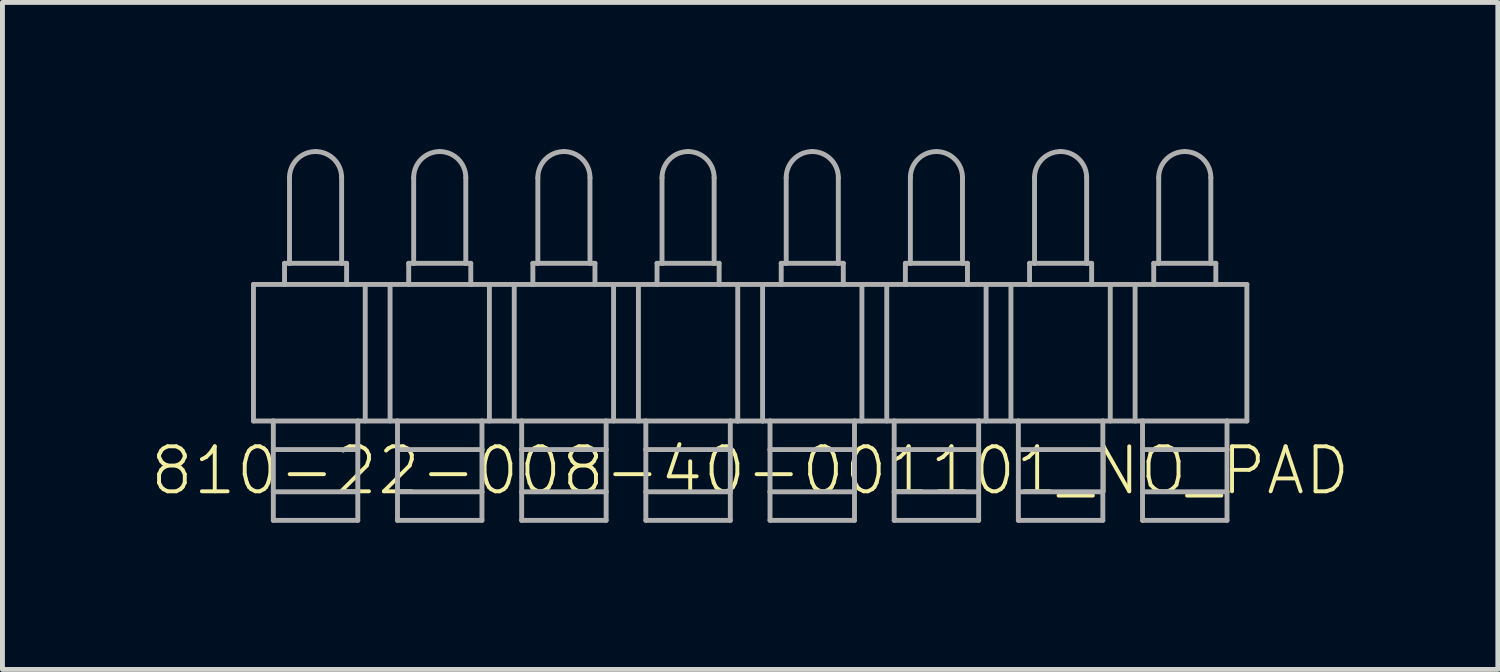
<source format=kicad_pcb>
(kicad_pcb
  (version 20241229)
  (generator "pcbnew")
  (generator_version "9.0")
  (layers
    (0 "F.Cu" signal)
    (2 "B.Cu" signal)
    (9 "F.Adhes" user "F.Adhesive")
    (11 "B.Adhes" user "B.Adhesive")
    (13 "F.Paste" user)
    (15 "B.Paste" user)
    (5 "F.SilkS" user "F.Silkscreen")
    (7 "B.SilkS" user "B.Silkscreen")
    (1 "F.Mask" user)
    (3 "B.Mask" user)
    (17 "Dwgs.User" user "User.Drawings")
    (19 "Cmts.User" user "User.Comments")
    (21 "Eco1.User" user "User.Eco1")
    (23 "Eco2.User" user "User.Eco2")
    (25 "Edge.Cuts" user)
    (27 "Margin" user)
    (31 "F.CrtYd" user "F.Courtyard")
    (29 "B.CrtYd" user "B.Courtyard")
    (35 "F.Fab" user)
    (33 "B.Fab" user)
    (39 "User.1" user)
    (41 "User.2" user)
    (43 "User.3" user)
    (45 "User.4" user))
  (footprint "810-22-008-40-001101_NO_PAD"
    (layer "F.Cu")
    (at 12.295 6.578)
    (property "Reference" "810-22-008-40-001101_NO_PAD" (at 0 0 0) (unlocked yes) (layer "F.SilkS") (effects (font (size 0.92 0.92) (thickness 0.08))))
    (fp_line (start -10.16 -3.81) (end -9.525 -3.81) (stroke (width 0.1) (type solid)) (layer "F.Fab"))
    (fp_line (start -10.16 -1.016) (end -10.16 -3.81) (stroke (width 0.1) (type solid)) (layer "F.Fab"))
    (fp_line (start -9.754 -1.016) (end -10.16 -1.016) (stroke (width 0.1) (type solid)) (layer "F.Fab"))
    (fp_line (start -9.754 -1.016) (end -8.026 -1.016) (stroke (width 0.1) (type solid)) (layer "F.Fab"))
    (fp_line (start -9.754 -0.432) (end -9.754 -1.016) (stroke (width 0.1) (type solid)) (layer "F.Fab"))
    (fp_line (start -9.754 -0.432) (end -8.026 -0.432) (stroke (width 0.1) (type solid)) (layer "F.Fab"))
    (fp_line (start -9.754 0.432) (end -9.754 -0.432) (stroke (width 0.1) (type solid)) (layer "F.Fab"))
    (fp_line (start -9.754 0.432) (end -8.026 0.432) (stroke (width 0.1) (type solid)) (layer "F.Fab"))
    (fp_line (start -9.754 1.016) (end -9.754 0.432) (stroke (width 0.1) (type solid)) (layer "F.Fab"))
    (fp_line (start -9.754 1.016) (end -8.026 1.016) (stroke (width 0.1) (type solid)) (layer "F.Fab"))
    (fp_line (start -9.525 -4.242) (end -9.525 -3.81) (stroke (width 0.1) (type solid)) (layer "F.Fab"))
    (fp_line (start -9.525 -4.242) (end -9.423 -4.242) (stroke (width 0.1) (type solid)) (layer "F.Fab"))
    (fp_line (start -9.525 -3.81) (end -8.255 -3.81) (stroke (width 0.1) (type solid)) (layer "F.Fab"))
    (fp_line (start -9.423 -5.994) (end -9.423 -4.242) (stroke (width 0.1) (type solid)) (layer "F.Fab"))
    (fp_line (start -9.423 -4.242) (end -8.357 -4.242) (stroke (width 0.1) (type solid)) (layer "F.Fab"))
    (fp_line (start -8.357 -5.994) (end -8.357 -4.242) (stroke (width 0.1) (type solid)) (layer "F.Fab"))
    (fp_line (start -8.357 -4.242) (end -8.255 -4.242) (stroke (width 0.1) (type solid)) (layer "F.Fab"))
    (fp_line (start -8.255 -4.242) (end -8.255 -3.81) (stroke (width 0.1) (type solid)) (layer "F.Fab"))
    (fp_line (start -8.255 -3.81) (end -6.985 -3.81) (stroke (width 0.1) (type solid)) (layer "F.Fab"))
    (fp_line (start -8.026 -1.016) (end -7.214 -1.016) (stroke (width 0.1) (type solid)) (layer "F.Fab"))
    (fp_line (start -8.026 -0.432) (end -8.026 -1.016) (stroke (width 0.1) (type solid)) (layer "F.Fab"))
    (fp_line (start -8.026 0.432) (end -8.026 -0.432) (stroke (width 0.1) (type solid)) (layer "F.Fab"))
    (fp_line (start -8.026 1.016) (end -8.026 0.432) (stroke (width 0.1) (type solid)) (layer "F.Fab"))
    (fp_line (start -7.874 -1.016) (end -7.874 -3.81) (stroke (width 0.1) (type solid)) (layer "F.Fab"))
    (fp_line (start -7.366 -1.016) (end -7.366 -3.81) (stroke (width 0.1) (type solid)) (layer "F.Fab"))
    (fp_line (start -7.214 -1.016) (end -5.486 -1.016) (stroke (width 0.1) (type solid)) (layer "F.Fab"))
    (fp_line (start -7.214 -0.432) (end -7.214 -1.016) (stroke (width 0.1) (type solid)) (layer "F.Fab"))
    (fp_line (start -7.214 -0.432) (end -5.486 -0.432) (stroke (width 0.1) (type solid)) (layer "F.Fab"))
    (fp_line (start -7.214 0.432) (end -7.214 -0.432) (stroke (width 0.1) (type solid)) (layer "F.Fab"))
    (fp_line (start -7.214 0.432) (end -5.486 0.432) (stroke (width 0.1) (type solid)) (layer "F.Fab"))
    (fp_line (start -7.214 1.016) (end -7.214 0.432) (stroke (width 0.1) (type solid)) (layer "F.Fab"))
    (fp_line (start -7.214 1.016) (end -5.486 1.016) (stroke (width 0.1) (type solid)) (layer "F.Fab"))
    (fp_line (start -6.985 -4.242) (end -6.985 -3.81) (stroke (width 0.1) (type solid)) (layer "F.Fab"))
    (fp_line (start -6.985 -4.242) (end -6.883 -4.242) (stroke (width 0.1) (type solid)) (layer "F.Fab"))
    (fp_line (start -6.985 -3.81) (end -5.715 -3.81) (stroke (width 0.1) (type solid)) (layer "F.Fab"))
    (fp_line (start -6.883 -5.994) (end -6.883 -4.242) (stroke (width 0.1) (type solid)) (layer "F.Fab"))
    (fp_line (start -6.883 -4.242) (end -5.817 -4.242) (stroke (width 0.1) (type solid)) (layer "F.Fab"))
    (fp_line (start -5.817 -5.994) (end -5.817 -4.242) (stroke (width 0.1) (type solid)) (layer "F.Fab"))
    (fp_line (start -5.817 -4.242) (end -5.715 -4.242) (stroke (width 0.1) (type solid)) (layer "F.Fab"))
    (fp_line (start -5.715 -4.242) (end -5.715 -3.81) (stroke (width 0.1) (type solid)) (layer "F.Fab"))
    (fp_line (start -5.715 -3.81) (end -4.445 -3.81) (stroke (width 0.1) (type solid)) (layer "F.Fab"))
    (fp_line (start -5.486 -1.016) (end -4.674 -1.016) (stroke (width 0.1) (type solid)) (layer "F.Fab"))
    (fp_line (start -5.486 -0.432) (end -5.486 -1.016) (stroke (width 0.1) (type solid)) (layer "F.Fab"))
    (fp_line (start -5.486 0.432) (end -5.486 -0.432) (stroke (width 0.1) (type solid)) (layer "F.Fab"))
    (fp_line (start -5.486 1.016) (end -5.486 0.432) (stroke (width 0.1) (type solid)) (layer "F.Fab"))
    (fp_line (start -5.334 -1.016) (end -5.334 -3.81) (stroke (width 0.1) (type solid)) (layer "F.Fab"))
    (fp_line (start -4.826 -1.016) (end -4.826 -3.81) (stroke (width 0.1) (type solid)) (layer "F.Fab"))
    (fp_line (start -4.674 -1.016) (end -2.946 -1.016) (stroke (width 0.1) (type solid)) (layer "F.Fab"))
    (fp_line (start -4.674 -0.432) (end -4.674 -1.016) (stroke (width 0.1) (type solid)) (layer "F.Fab"))
    (fp_line (start -4.674 -0.432) (end -2.946 -0.432) (stroke (width 0.1) (type solid)) (layer "F.Fab"))
    (fp_line (start -4.674 0.432) (end -4.674 -0.432) (stroke (width 0.1) (type solid)) (layer "F.Fab"))
    (fp_line (start -4.674 0.432) (end -2.946 0.432) (stroke (width 0.1) (type solid)) (layer "F.Fab"))
    (fp_line (start -4.674 1.016) (end -4.674 0.432) (stroke (width 0.1) (type solid)) (layer "F.Fab"))
    (fp_line (start -4.674 1.016) (end -2.946 1.016) (stroke (width 0.1) (type solid)) (layer "F.Fab"))
    (fp_line (start -4.445 -4.242) (end -4.445 -3.81) (stroke (width 0.1) (type solid)) (layer "F.Fab"))
    (fp_line (start -4.445 -4.242) (end -4.343 -4.242) (stroke (width 0.1) (type solid)) (layer "F.Fab"))
    (fp_line (start -4.445 -3.81) (end -3.175 -3.81) (stroke (width 0.1) (type solid)) (layer "F.Fab"))
    (fp_line (start -4.343 -5.994) (end -4.343 -4.242) (stroke (width 0.1) (type solid)) (layer "F.Fab"))
    (fp_line (start -4.343 -4.242) (end -3.277 -4.242) (stroke (width 0.1) (type solid)) (layer "F.Fab"))
    (fp_line (start -3.277 -5.994) (end -3.277 -4.242) (stroke (width 0.1) (type solid)) (layer "F.Fab"))
    (fp_line (start -3.277 -4.242) (end -3.175 -4.242) (stroke (width 0.1) (type solid)) (layer "F.Fab"))
    (fp_line (start -3.175 -4.242) (end -3.175 -3.81) (stroke (width 0.1) (type solid)) (layer "F.Fab"))
    (fp_line (start -3.175 -3.81) (end -1.905 -3.81) (stroke (width 0.1) (type solid)) (layer "F.Fab"))
    (fp_line (start -2.946 -1.016) (end -2.134 -1.016) (stroke (width 0.1) (type solid)) (layer "F.Fab"))
    (fp_line (start -2.946 -0.432) (end -2.946 -1.016) (stroke (width 0.1) (type solid)) (layer "F.Fab"))
    (fp_line (start -2.946 0.432) (end -2.946 -0.432) (stroke (width 0.1) (type solid)) (layer "F.Fab"))
    (fp_line (start -2.946 1.016) (end -2.946 0.432) (stroke (width 0.1) (type solid)) (layer "F.Fab"))
    (fp_line (start -2.794 -1.016) (end -2.794 -3.81) (stroke (width 0.1) (type solid)) (layer "F.Fab"))
    (fp_line (start -2.286 -1.016) (end -2.286 -3.81) (stroke (width 0.1) (type solid)) (layer "F.Fab"))
    (fp_line (start -2.134 -1.016) (end -0.406 -1.016) (stroke (width 0.1) (type solid)) (layer "F.Fab"))
    (fp_line (start -2.134 -0.432) (end -2.134 -1.016) (stroke (width 0.1) (type solid)) (layer "F.Fab"))
    (fp_line (start -2.134 -0.432) (end -0.406 -0.432) (stroke (width 0.1) (type solid)) (layer "F.Fab"))
    (fp_line (start -2.134 0.432) (end -2.134 -0.432) (stroke (width 0.1) (type solid)) (layer "F.Fab"))
    (fp_line (start -2.134 0.432) (end -0.406 0.432) (stroke (width 0.1) (type solid)) (layer "F.Fab"))
    (fp_line (start -2.134 1.016) (end -2.134 0.432) (stroke (width 0.1) (type solid)) (layer "F.Fab"))
    (fp_line (start -2.134 1.016) (end -0.406 1.016) (stroke (width 0.1) (type solid)) (layer "F.Fab"))
    (fp_line (start -1.905 -4.242) (end -1.905 -3.81) (stroke (width 0.1) (type solid)) (layer "F.Fab"))
    (fp_line (start -1.905 -4.242) (end -1.803 -4.242) (stroke (width 0.1) (type solid)) (layer "F.Fab"))
    (fp_line (start -1.905 -3.81) (end -0.635 -3.81) (stroke (width 0.1) (type solid)) (layer "F.Fab"))
    (fp_line (start -1.803 -5.994) (end -1.803 -4.242) (stroke (width 0.1) (type solid)) (layer "F.Fab"))
    (fp_line (start -1.803 -4.242) (end -0.737 -4.242) (stroke (width 0.1) (type solid)) (layer "F.Fab"))
    (fp_line (start -0.737 -5.994) (end -0.737 -4.242) (stroke (width 0.1) (type solid)) (layer "F.Fab"))
    (fp_line (start -0.737 -4.242) (end -0.635 -4.242) (stroke (width 0.1) (type solid)) (layer "F.Fab"))
    (fp_line (start -0.635 -4.242) (end -0.635 -3.81) (stroke (width 0.1) (type solid)) (layer "F.Fab"))
    (fp_line (start -0.635 -3.81) (end -0.254 -3.81) (stroke (width 0.1) (type solid)) (layer "F.Fab"))
    (fp_line (start -0.406 -1.016) (end -0.254 -1.016) (stroke (width 0.1) (type solid)) (layer "F.Fab"))
    (fp_line (start -0.406 -0.432) (end -0.406 -1.016) (stroke (width 0.1) (type solid)) (layer "F.Fab"))
    (fp_line (start -0.406 0.432) (end -0.406 -0.432) (stroke (width 0.1) (type solid)) (layer "F.Fab"))
    (fp_line (start -0.406 1.016) (end -0.406 0.432) (stroke (width 0.1) (type solid)) (layer "F.Fab"))
    (fp_line (start -0.254 -3.81) (end 0.254 -3.81) (stroke (width 0.1) (type solid)) (layer "F.Fab"))
    (fp_line (start -0.254 -1.016) (end -0.254 -3.81) (stroke (width 0.1) (type solid)) (layer "F.Fab"))
    (fp_line (start -0.254 -1.016) (end 0.254 -1.016) (stroke (width 0.1) (type solid)) (layer "F.Fab"))
    (fp_line (start 0.254 -3.81) (end 0.635 -3.81) (stroke (width 0.1) (type solid)) (layer "F.Fab"))
    (fp_line (start 0.254 -1.016) (end 0.254 -3.81) (stroke (width 0.1) (type solid)) (layer "F.Fab"))
    (fp_line (start 0.406 -1.016) (end 0.254 -1.016) (stroke (width 0.1) (type solid)) (layer "F.Fab"))
    (fp_line (start 0.406 -1.016) (end 2.134 -1.016) (stroke (width 0.1) (type solid)) (layer "F.Fab"))
    (fp_line (start 0.406 -0.432) (end 0.406 -1.016) (stroke (width 0.1) (type solid)) (layer "F.Fab"))
    (fp_line (start 0.406 -0.432) (end 2.134 -0.432) (stroke (width 0.1) (type solid)) (layer "F.Fab"))
    (fp_line (start 0.406 0.432) (end 0.406 -0.432) (stroke (width 0.1) (type solid)) (layer "F.Fab"))
    (fp_line (start 0.406 0.432) (end 2.134 0.432) (stroke (width 0.1) (type solid)) (layer "F.Fab"))
    (fp_line (start 0.406 1.016) (end 0.406 0.432) (stroke (width 0.1) (type solid)) (layer "F.Fab"))
    (fp_line (start 0.406 1.016) (end 2.134 1.016) (stroke (width 0.1) (type solid)) (layer "F.Fab"))
    (fp_line (start 0.635 -4.242) (end 0.635 -3.81) (stroke (width 0.1) (type solid)) (layer "F.Fab"))
    (fp_line (start 0.635 -4.242) (end 0.737 -4.242) (stroke (width 0.1) (type solid)) (layer "F.Fab"))
    (fp_line (start 0.635 -3.81) (end 1.905 -3.81) (stroke (width 0.1) (type solid)) (layer "F.Fab"))
    (fp_line (start 0.737 -5.994) (end 0.737 -4.242) (stroke (width 0.1) (type solid)) (layer "F.Fab"))
    (fp_line (start 0.737 -4.242) (end 1.803 -4.242) (stroke (width 0.1) (type solid)) (layer "F.Fab"))
    (fp_line (start 1.803 -5.994) (end 1.803 -4.242) (stroke (width 0.1) (type solid)) (layer "F.Fab"))
    (fp_line (start 1.803 -4.242) (end 1.905 -4.242) (stroke (width 0.1) (type solid)) (layer "F.Fab"))
    (fp_line (start 1.905 -4.242) (end 1.905 -3.81) (stroke (width 0.1) (type solid)) (layer "F.Fab"))
    (fp_line (start 1.905 -3.81) (end 3.175 -3.81) (stroke (width 0.1) (type solid)) (layer "F.Fab"))
    (fp_line (start 2.134 -0.432) (end 2.134 -1.016) (stroke (width 0.1) (type solid)) (layer "F.Fab"))
    (fp_line (start 2.134 0.432) (end 2.134 -0.432) (stroke (width 0.1) (type solid)) (layer "F.Fab"))
    (fp_line (start 2.134 1.016) (end 2.134 0.432) (stroke (width 0.1) (type solid)) (layer "F.Fab"))
    (fp_line (start 2.286 -1.016) (end 2.286 -3.81) (stroke (width 0.1) (type solid)) (layer "F.Fab"))
    (fp_line (start 2.794 -1.016) (end 2.794 -3.81) (stroke (width 0.1) (type solid)) (layer "F.Fab"))
    (fp_line (start 2.946 -1.016) (end 2.134 -1.016) (stroke (width 0.1) (type solid)) (layer "F.Fab"))
    (fp_line (start 2.946 -1.016) (end 4.674 -1.016) (stroke (width 0.1) (type solid)) (layer "F.Fab"))
    (fp_line (start 2.946 -0.432) (end 2.946 -1.016) (stroke (width 0.1) (type solid)) (layer "F.Fab"))
    (fp_line (start 2.946 -0.432) (end 4.674 -0.432) (stroke (width 0.1) (type solid)) (layer "F.Fab"))
    (fp_line (start 2.946 0.432) (end 2.946 -0.432) (stroke (width 0.1) (type solid)) (layer "F.Fab"))
    (fp_line (start 2.946 0.432) (end 4.674 0.432) (stroke (width 0.1) (type solid)) (layer "F.Fab"))
    (fp_line (start 2.946 1.016) (end 2.946 0.432) (stroke (width 0.1) (type solid)) (layer "F.Fab"))
    (fp_line (start 2.946 1.016) (end 4.674 1.016) (stroke (width 0.1) (type solid)) (layer "F.Fab"))
    (fp_line (start 3.175 -4.242) (end 3.175 -3.81) (stroke (width 0.1) (type solid)) (layer "F.Fab"))
    (fp_line (start 3.175 -4.242) (end 3.277 -4.242) (stroke (width 0.1) (type solid)) (layer "F.Fab"))
    (fp_line (start 3.175 -3.81) (end 4.445 -3.81) (stroke (width 0.1) (type solid)) (layer "F.Fab"))
    (fp_line (start 3.277 -5.994) (end 3.277 -4.242) (stroke (width 0.1) (type solid)) (layer "F.Fab"))
    (fp_line (start 3.277 -4.242) (end 4.343 -4.242) (stroke (width 0.1) (type solid)) (layer "F.Fab"))
    (fp_line (start 4.343 -5.994) (end 4.343 -4.242) (stroke (width 0.1) (type solid)) (layer "F.Fab"))
    (fp_line (start 4.343 -4.242) (end 4.445 -4.242) (stroke (width 0.1) (type solid)) (layer "F.Fab"))
    (fp_line (start 4.445 -4.242) (end 4.445 -3.81) (stroke (width 0.1) (type solid)) (layer "F.Fab"))
    (fp_line (start 4.445 -3.81) (end 5.715 -3.81) (stroke (width 0.1) (type solid)) (layer "F.Fab"))
    (fp_line (start 4.674 -0.432) (end 4.674 -1.016) (stroke (width 0.1) (type solid)) (layer "F.Fab"))
    (fp_line (start 4.674 0.432) (end 4.674 -0.432) (stroke (width 0.1) (type solid)) (layer "F.Fab"))
    (fp_line (start 4.674 1.016) (end 4.674 0.432) (stroke (width 0.1) (type solid)) (layer "F.Fab"))
    (fp_line (start 4.826 -1.016) (end 4.826 -3.81) (stroke (width 0.1) (type solid)) (layer "F.Fab"))
    (fp_line (start 5.334 -1.016) (end 5.334 -3.81) (stroke (width 0.1) (type solid)) (layer "F.Fab"))
    (fp_line (start 5.486 -1.016) (end 4.674 -1.016) (stroke (width 0.1) (type solid)) (layer "F.Fab"))
    (fp_line (start 5.486 -1.016) (end 7.214 -1.016) (stroke (width 0.1) (type solid)) (layer "F.Fab"))
    (fp_line (start 5.486 -0.432) (end 5.486 -1.016) (stroke (width 0.1) (type solid)) (layer "F.Fab"))
    (fp_line (start 5.486 -0.432) (end 7.214 -0.432) (stroke (width 0.1) (type solid)) (layer "F.Fab"))
    (fp_line (start 5.486 0.432) (end 5.486 -0.432) (stroke (width 0.1) (type solid)) (layer "F.Fab"))
    (fp_line (start 5.486 0.432) (end 7.214 0.432) (stroke (width 0.1) (type solid)) (layer "F.Fab"))
    (fp_line (start 5.486 1.016) (end 5.486 0.432) (stroke (width 0.1) (type solid)) (layer "F.Fab"))
    (fp_line (start 5.486 1.016) (end 7.214 1.016) (stroke (width 0.1) (type solid)) (layer "F.Fab"))
    (fp_line (start 5.715 -4.242) (end 5.715 -3.81) (stroke (width 0.1) (type solid)) (layer "F.Fab"))
    (fp_line (start 5.715 -4.242) (end 5.817 -4.242) (stroke (width 0.1) (type solid)) (layer "F.Fab"))
    (fp_line (start 5.715 -3.81) (end 6.985 -3.81) (stroke (width 0.1) (type solid)) (layer "F.Fab"))
    (fp_line (start 5.817 -5.994) (end 5.817 -4.242) (stroke (width 0.1) (type solid)) (layer "F.Fab"))
    (fp_line (start 5.817 -4.242) (end 6.883 -4.242) (stroke (width 0.1) (type solid)) (layer "F.Fab"))
    (fp_line (start 6.883 -5.994) (end 6.883 -4.242) (stroke (width 0.1) (type solid)) (layer "F.Fab"))
    (fp_line (start 6.883 -4.242) (end 6.985 -4.242) (stroke (width 0.1) (type solid)) (layer "F.Fab"))
    (fp_line (start 6.985 -4.242) (end 6.985 -3.81) (stroke (width 0.1) (type solid)) (layer "F.Fab"))
    (fp_line (start 6.985 -3.81) (end 8.255 -3.81) (stroke (width 0.1) (type solid)) (layer "F.Fab"))
    (fp_line (start 7.214 -0.432) (end 7.214 -1.016) (stroke (width 0.1) (type solid)) (layer "F.Fab"))
    (fp_line (start 7.214 0.432) (end 7.214 -0.432) (stroke (width 0.1) (type solid)) (layer "F.Fab"))
    (fp_line (start 7.214 1.016) (end 7.214 0.432) (stroke (width 0.1) (type solid)) (layer "F.Fab"))
    (fp_line (start 7.366 -1.016) (end 7.366 -3.81) (stroke (width 0.1) (type solid)) (layer "F.Fab"))
    (fp_line (start 7.874 -1.016) (end 7.874 -3.81) (stroke (width 0.1) (type solid)) (layer "F.Fab"))
    (fp_line (start 8.026 -1.016) (end 7.214 -1.016) (stroke (width 0.1) (type solid)) (layer "F.Fab"))
    (fp_line (start 8.026 -1.016) (end 9.754 -1.016) (stroke (width 0.1) (type solid)) (layer "F.Fab"))
    (fp_line (start 8.026 -0.432) (end 8.026 -1.016) (stroke (width 0.1) (type solid)) (layer "F.Fab"))
    (fp_line (start 8.026 -0.432) (end 9.754 -0.432) (stroke (width 0.1) (type solid)) (layer "F.Fab"))
    (fp_line (start 8.026 0.432) (end 8.026 -0.432) (stroke (width 0.1) (type solid)) (layer "F.Fab"))
    (fp_line (start 8.026 0.432) (end 9.754 0.432) (stroke (width 0.1) (type solid)) (layer "F.Fab"))
    (fp_line (start 8.026 1.016) (end 8.026 0.432) (stroke (width 0.1) (type solid)) (layer "F.Fab"))
    (fp_line (start 8.026 1.016) (end 9.754 1.016) (stroke (width 0.1) (type solid)) (layer "F.Fab"))
    (fp_line (start 8.255 -4.242) (end 8.255 -3.81) (stroke (width 0.1) (type solid)) (layer "F.Fab"))
    (fp_line (start 8.255 -4.242) (end 8.357 -4.242) (stroke (width 0.1) (type solid)) (layer "F.Fab"))
    (fp_line (start 8.255 -3.81) (end 9.525 -3.81) (stroke (width 0.1) (type solid)) (layer "F.Fab"))
    (fp_line (start 8.357 -5.994) (end 8.357 -4.242) (stroke (width 0.1) (type solid)) (layer "F.Fab"))
    (fp_line (start 8.357 -4.242) (end 9.423 -4.242) (stroke (width 0.1) (type solid)) (layer "F.Fab"))
    (fp_line (start 9.423 -5.994) (end 9.423 -4.242) (stroke (width 0.1) (type solid)) (layer "F.Fab"))
    (fp_line (start 9.423 -4.242) (end 9.525 -4.242) (stroke (width 0.1) (type solid)) (layer "F.Fab"))
    (fp_line (start 9.525 -4.242) (end 9.525 -3.81) (stroke (width 0.1) (type solid)) (layer "F.Fab"))
    (fp_line (start 9.525 -3.81) (end 10.16 -3.81) (stroke (width 0.1) (type solid)) (layer "F.Fab"))
    (fp_line (start 9.754 -1.016) (end 10.16 -1.016) (stroke (width 0.1) (type solid)) (layer "F.Fab"))
    (fp_line (start 9.754 -0.432) (end 9.754 -1.016) (stroke (width 0.1) (type solid)) (layer "F.Fab"))
    (fp_line (start 9.754 0.432) (end 9.754 -0.432) (stroke (width 0.1) (type solid)) (layer "F.Fab"))
    (fp_line (start 9.754 1.016) (end 9.754 0.432) (stroke (width 0.1) (type solid)) (layer "F.Fab"))
    (fp_line (start 10.16 -1.016) (end 10.16 -3.81) (stroke (width 0.1) (type solid)) (layer "F.Fab"))
    (fp_arc (start -9.4234 -5.9944) (mid -9.267171 -6.371571) (end -8.89 -6.5278) (stroke (width 0.1) (type solid)) (layer "F.Fab"))
    (fp_arc (start -8.89 -6.5278) (mid -8.512829 -6.371571) (end -8.3566 -5.9944) (stroke (width 0.1) (type solid)) (layer "F.Fab"))
    (fp_arc (start -6.8834 -5.9944) (mid -6.727171 -6.371571) (end -6.35 -6.5278) (stroke (width 0.1) (type solid)) (layer "F.Fab"))
    (fp_arc (start -6.35 -6.5278) (mid -5.972829 -6.371571) (end -5.8166 -5.9944) (stroke (width 0.1) (type solid)) (layer "F.Fab"))
    (fp_arc (start -4.3434 -5.9944) (mid -4.187171 -6.371571) (end -3.81 -6.5278) (stroke (width 0.1) (type solid)) (layer "F.Fab"))
    (fp_arc (start -3.81 -6.5278) (mid -3.432829 -6.371571) (end -3.2766 -5.9944) (stroke (width 0.1) (type solid)) (layer "F.Fab"))
    (fp_arc (start -1.8034 -5.9944) (mid -1.647171 -6.371571) (end -1.27 -6.5278) (stroke (width 0.1) (type solid)) (layer "F.Fab"))
    (fp_arc (start -1.27 -6.5278) (mid -0.892829 -6.371571) (end -0.7366 -5.9944) (stroke (width 0.1) (type solid)) (layer "F.Fab"))
    (fp_arc (start 0.7366 -5.9944) (mid 0.892829 -6.371571) (end 1.27 -6.5278) (stroke (width 0.1) (type solid)) (layer "F.Fab"))
    (fp_arc (start 1.27 -6.5278) (mid 1.647171 -6.371571) (end 1.8034 -5.9944) (stroke (width 0.1) (type solid)) (layer "F.Fab"))
    (fp_arc (start 3.2766 -5.9944) (mid 3.432829 -6.371571) (end 3.81 -6.5278) (stroke (width 0.1) (type solid)) (layer "F.Fab"))
    (fp_arc (start 3.81 -6.5278) (mid 4.187171 -6.371571) (end 4.3434 -5.9944) (stroke (width 0.1) (type solid)) (layer "F.Fab"))
    (fp_arc (start 5.8166 -5.9944) (mid 5.972829 -6.371571) (end 6.35 -6.5278) (stroke (width 0.1) (type solid)) (layer "F.Fab"))
    (fp_arc (start 6.35 -6.5278) (mid 6.727171 -6.371571) (end 6.8834 -5.9944) (stroke (width 0.1) (type solid)) (layer "F.Fab"))
    (fp_arc (start 8.3566 -5.9944) (mid 8.512829 -6.371571) (end 8.89 -6.5278) (stroke (width 0.1) (type solid)) (layer "F.Fab"))
    (fp_arc (start 8.89 -6.5278) (mid 9.267171 -6.371571) (end 9.4234 -5.9944) (stroke (width 0.1) (type solid)) (layer "F.Fab")))
  (gr_rect
    (start -3 -3)
    (end 27.589 10.644)
    (stroke (width 0.1) (type default))
    (fill no)
    (layer "Edge.Cuts")))
</source>
